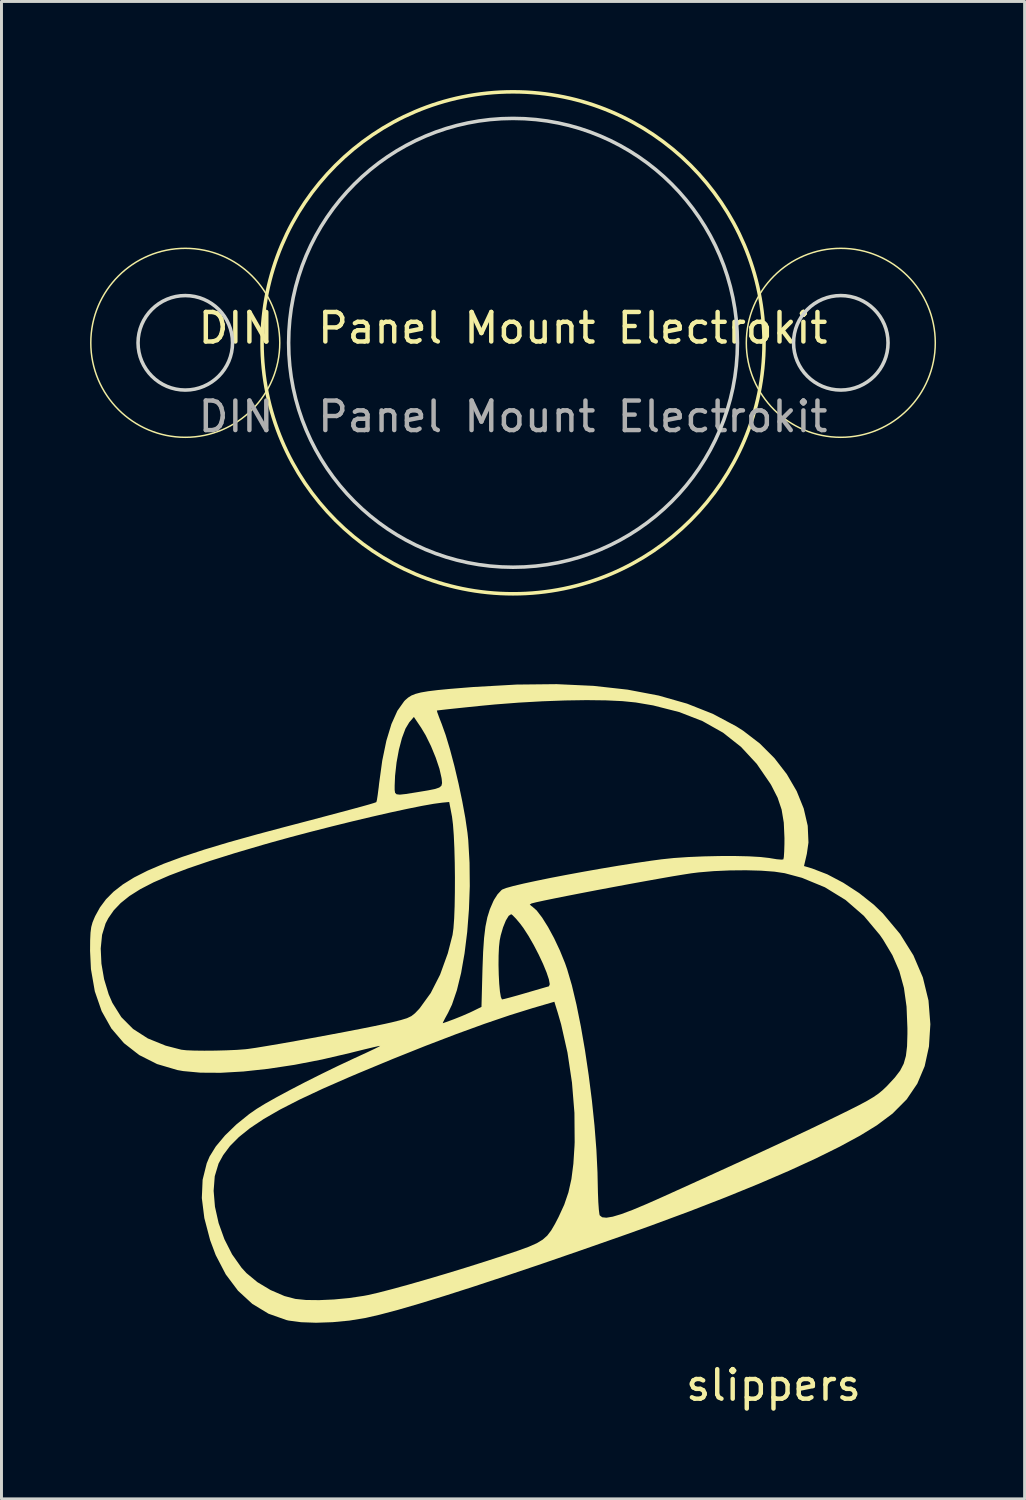
<source format=kicad_pcb>
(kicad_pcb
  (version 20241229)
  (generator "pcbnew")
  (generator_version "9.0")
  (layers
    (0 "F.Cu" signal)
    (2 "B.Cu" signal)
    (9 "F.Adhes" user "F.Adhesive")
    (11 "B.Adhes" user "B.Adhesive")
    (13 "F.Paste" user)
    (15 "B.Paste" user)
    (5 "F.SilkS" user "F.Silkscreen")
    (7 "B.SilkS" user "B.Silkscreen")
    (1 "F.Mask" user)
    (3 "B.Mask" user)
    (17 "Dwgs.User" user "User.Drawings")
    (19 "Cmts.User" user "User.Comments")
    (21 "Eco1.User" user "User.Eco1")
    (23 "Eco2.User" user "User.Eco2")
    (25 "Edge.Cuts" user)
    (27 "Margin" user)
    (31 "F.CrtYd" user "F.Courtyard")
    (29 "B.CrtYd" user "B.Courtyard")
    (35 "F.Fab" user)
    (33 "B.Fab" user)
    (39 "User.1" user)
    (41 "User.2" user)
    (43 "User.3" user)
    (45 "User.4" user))
  (footprint "slippers"
    (layer "F.Cu")
    (at 13.145 35.364)
    (property "Reference" "slippers" (at 10 8.5 0) (unlocked yes) (layer "F.SilkS") (effects (font (size 1 1) (thickness 0.15))))
    (fp_poly (pts (xy 3.908 -15.186) (xy 5.059 -15.058) (xy 6.112 -14.858) (xy 7.073 -14.584) (xy 7.947 -14.238) (xy 8.737 -13.817) (xy 8.97 -13.669) (xy 9.536 -13.235) (xy 10.033 -12.738) (xy 10.452 -12.195) (xy 10.786 -11.621) (xy 11.024 -11.033) (xy 11.16 -10.447) (xy 11.185 -9.881) (xy 11.13 -9.497) (xy 11.034 -9.084) (xy 11.308 -9.002) (xy 11.82 -8.805) (xy 12.363 -8.519) (xy 12.901 -8.169) (xy 13.393 -7.779) (xy 13.704 -7.481) (xy 14.287 -6.784) (xy 14.738 -6.062) (xy 15.059 -5.311) (xy 15.25 -4.53) (xy 15.313 -3.727) (xy 15.266 -2.974) (xy 15.121 -2.307) (xy 14.871 -1.714) (xy 14.511 -1.182) (xy 14.033 -0.701) (xy 13.503 -0.305) (xy 12.937 0.043) (xy 12.246 0.418) (xy 11.437 0.818) (xy 10.517 1.24) (xy 9.493 1.681) (xy 8.371 2.138) (xy 7.158 2.609) (xy 5.86 3.09) (xy 4.965 3.41) (xy 3.503 3.922) (xy 2.162 4.385) (xy 0.941 4.797) (xy -0.158 5.16) (xy -1.136 5.473) (xy -1.992 5.736) (xy -2.725 5.949) (xy -3.335 6.11) (xy -3.813 6.22) (xy -4.361 6.31) (xy -4.932 6.364) (xy -5.49 6.383) (xy -5.998 6.365) (xy -6.421 6.309) (xy -6.493 6.292) (xy -7.101 6.077) (xy -7.65 5.744) (xy -8.134 5.299) (xy -8.549 4.746) (xy -8.89 4.091) (xy -9.078 3.589) (xy -9.275 2.838) (xy -9.36 2.158) (xy -9.349 1.916) (xy -8.96 1.916) (xy -8.915 2.454) (xy -8.791 3.008) (xy -8.595 3.554) (xy -8.335 4.066) (xy -8.016 4.518) (xy -7.849 4.701) (xy -7.478 5.008) (xy -7.031 5.276) (xy -6.56 5.479) (xy -6.19 5.576) (xy -5.834 5.612) (xy -5.385 5.617) (xy -4.885 5.595) (xy -4.37 5.546) (xy -3.88 5.473) (xy -3.737 5.446) (xy -3.38 5.364) (xy -2.916 5.244) (xy -2.368 5.094) (xy -1.755 4.918) (xy -1.1 4.724) (xy -0.423 4.517) (xy 0.255 4.303) (xy 0.899 4.093) (xy 1.36 3.938) (xy 1.714 3.809) (xy 1.981 3.691) (xy 2.182 3.57) (xy 2.339 3.431) (xy 2.471 3.258) (xy 2.6 3.038) (xy 2.723 2.8) (xy 2.914 2.384) (xy 3.056 1.967) (xy 3.157 1.516) (xy 3.223 1.001) (xy 3.262 0.39) (xy 3.267 0.264) (xy 3.259 -0.725) (xy 3.176 -1.75) (xy 3.024 -2.765) (xy 2.808 -3.724) (xy 2.697 -4.108) (xy 2.579 -4.488) (xy 1.84 -4.272) (xy 1.078 -4.035) (xy 0.211 -3.74) (xy -0.748 -3.391) (xy -1.787 -2.993) (xy -2.89 -2.552) (xy -4.046 -2.072) (xy -4.376 -1.932) (xy -5.271 -1.54) (xy -6.045 -1.177) (xy -6.707 -0.838) (xy -7.266 -0.516) (xy -7.729 -0.207) (xy -8.106 0.096) (xy -8.406 0.398) (xy -8.636 0.705) (xy -8.793 0.992) (xy -8.922 1.42) (xy -8.96 1.916) (xy -9.349 1.916) (xy -9.333 1.541) (xy -9.194 0.983) (xy -9.098 0.755) (xy -8.886 0.412) (xy -8.576 0.041) (xy -8.191 -0.332) (xy -7.756 -0.684) (xy -7.5 -0.862) (xy -7.216 -1.036) (xy -6.831 -1.253) (xy -6.369 -1.501) (xy -5.854 -1.769) (xy -5.307 -2.043) (xy -4.751 -2.314) (xy -4.21 -2.568) (xy -4.024 -2.653) (xy -3.745 -2.782) (xy -3.519 -2.889) (xy -3.369 -2.963) (xy -3.319 -2.994) (xy -3.386 -2.984) (xy -3.56 -2.945) (xy -3.819 -2.883) (xy -4.141 -2.804) (xy -4.342 -2.753) (xy -5.29 -2.532) (xy -6.219 -2.352) (xy -7.111 -2.217) (xy -7.95 -2.126) (xy -8.72 -2.082) (xy -9.406 -2.086) (xy -9.99 -2.14) (xy -10.184 -2.174) (xy -10.876 -2.378) (xy -11.482 -2.684) (xy -11.998 -3.087) (xy -12.423 -3.583) (xy -12.752 -4.169) (xy -12.984 -4.84) (xy -13.115 -5.593) (xy -13.145 -6.213) (xy -13.144 -6.29) (xy -12.784 -6.29) (xy -12.76 -5.778) (xy -12.669 -5.251) (xy -12.514 -4.739) (xy -12.389 -4.45) (xy -12.086 -3.967) (xy -11.688 -3.567) (xy -11.189 -3.246) (xy -10.585 -3.001) (xy -10.054 -2.864) (xy -9.885 -2.845) (xy -9.615 -2.834) (xy -9.276 -2.83) (xy -8.902 -2.833) (xy -8.525 -2.843) (xy -8.178 -2.858) (xy -7.893 -2.879) (xy -7.803 -2.889) (xy -7.533 -2.928) (xy -7.156 -2.99) (xy -6.695 -3.068) (xy -6.175 -3.16) (xy -5.62 -3.261) (xy -5.054 -3.366) (xy -4.502 -3.47) (xy -3.986 -3.57) (xy -3.532 -3.661) (xy -3.164 -3.738) (xy -2.931 -3.79) (xy -2.623 -3.867) (xy -2.412 -3.931) (xy -2.263 -4.002) (xy -2.142 -4.097) (xy -2.013 -4.232) (xy -1.975 -4.276) (xy -1.608 -4.783) (xy -1.291 -5.405) (xy -1.029 -6.13) (xy -0.869 -6.751) (xy -0.838 -6.975) (xy -0.814 -7.307) (xy -0.798 -7.722) (xy -0.79 -8.193) (xy -0.788 -8.695) (xy -0.794 -9.201) (xy -0.807 -9.687) (xy -0.827 -10.125) (xy -0.854 -10.491) (xy -0.887 -10.758) (xy -0.892 -10.783) (xy -0.982 -11.253) (xy -1.217 -11.231) (xy -1.507 -11.192) (xy -1.907 -11.121) (xy -2.402 -11.021) (xy -2.973 -10.898) (xy -3.602 -10.754) (xy -4.272 -10.595) (xy -4.964 -10.424) (xy -5.662 -10.246) (xy -6.348 -10.065) (xy -7.003 -9.884) (xy -7.27 -9.808) (xy -8.244 -9.521) (xy -9.095 -9.254) (xy -9.831 -9.003) (xy -10.462 -8.764) (xy -10.997 -8.531) (xy -11.443 -8.301) (xy -11.81 -8.069) (xy -12.107 -7.831) (xy -12.343 -7.583) (xy -12.526 -7.319) (xy -12.62 -7.139) (xy -12.738 -6.754) (xy -12.784 -6.29) (xy -13.144 -6.29) (xy -13.142 -6.57) (xy -13.13 -6.826) (xy -13.105 -7.018) (xy -13.06 -7.181) (xy -12.99 -7.348) (xy -12.971 -7.39) (xy -12.809 -7.684) (xy -12.605 -7.958) (xy -12.35 -8.215) (xy -12.036 -8.46) (xy -11.654 -8.697) (xy -11.196 -8.929) (xy -10.653 -9.161) (xy -10.018 -9.396) (xy -9.282 -9.639) (xy -8.437 -9.893) (xy -7.473 -10.162) (xy -6.66 -10.379) (xy -5.886 -10.582) (xy -5.235 -10.754) (xy -4.698 -10.897) (xy -4.268 -11.012) (xy -3.937 -11.102) (xy -3.698 -11.169) (xy -3.542 -11.216) (xy -3.463 -11.243) (xy -3.449 -11.251) (xy -3.429 -11.326) (xy -3.402 -11.503) (xy -3.382 -11.66) (xy -2.829 -11.66) (xy -2.815 -11.564) (xy -2.763 -11.514) (xy -2.652 -11.502) (xy -2.459 -11.523) (xy -2.161 -11.57) (xy -2.049 -11.588) (xy -1.7 -11.646) (xy -1.463 -11.694) (xy -1.318 -11.743) (xy -1.245 -11.805) (xy -1.224 -11.894) (xy -1.235 -12.02) (xy -1.242 -12.068) (xy -1.312 -12.378) (xy -1.438 -12.754) (xy -1.6 -13.149) (xy -1.781 -13.516) (xy -1.932 -13.768) (xy -2.178 -14.133) (xy -2.335 -13.951) (xy -2.463 -13.737) (xy -2.582 -13.419) (xy -2.685 -13.027) (xy -2.765 -12.592) (xy -2.815 -12.144) (xy -2.829 -11.808) (xy -2.829 -11.66) (xy -3.382 -11.66) (xy -3.37 -11.749) (xy -3.357 -11.871) (xy -3.25 -12.652) (xy -3.11 -13.328) (xy -2.938 -13.894) (xy -2.737 -14.342) (xy -2.731 -14.35) (xy -1.4 -14.35) (xy -1.384 -14.287) (xy -1.328 -14.132) (xy -1.245 -13.918) (xy -1.239 -13.904) (xy -1.1 -13.515) (xy -0.953 -13.025) (xy -0.805 -12.467) (xy -0.665 -11.873) (xy -0.54 -11.278) (xy -0.436 -10.712) (xy -0.363 -10.21) (xy -0.337 -9.964) (xy -0.293 -9.195) (xy -0.285 -8.407) (xy -0.313 -7.62) (xy -0.372 -6.854) (xy -0.462 -6.129) (xy -0.579 -5.463) (xy -0.722 -4.878) (xy -0.888 -4.391) (xy -1.02 -4.114) (xy -1.122 -3.928) (xy -1.187 -3.8) (xy -1.201 -3.761) (xy -1.134 -3.783) (xy -0.979 -3.839) (xy -0.814 -3.9) (xy -0.549 -4.006) (xy -0.285 -4.121) (xy -0.167 -4.177) (xy 0.111 -4.314) (xy 0.145 -5.6) (xy 0.15 -5.733) (xy 0.688 -5.733) (xy 0.696 -5.404) (xy 0.712 -5.096) (xy 0.736 -4.836) (xy 0.767 -4.651) (xy 0.803 -4.569) (xy 0.809 -4.567) (xy 0.896 -4.585) (xy 1.082 -4.634) (xy 1.339 -4.705) (xy 1.591 -4.778) (xy 1.889 -4.865) (xy 2.143 -4.939) (xy 2.323 -4.991) (xy 2.395 -5.011) (xy 2.424 -5.082) (xy 2.394 -5.246) (xy 2.315 -5.482) (xy 2.197 -5.769) (xy 2.049 -6.085) (xy 1.882 -6.407) (xy 1.705 -6.716) (xy 1.529 -6.988) (xy 1.42 -7.134) (xy 1.278 -7.303) (xy 1.166 -7.418) (xy 1.117 -7.453) (xy 1.032 -7.397) (xy 0.936 -7.239) (xy 0.842 -7.008) (xy 0.763 -6.736) (xy 0.729 -6.57) (xy 0.704 -6.343) (xy 0.691 -6.055) (xy 0.688 -5.733) (xy 0.15 -5.733) (xy 0.167 -6.18) (xy 0.199 -6.649) (xy 0.245 -7.031) (xy 0.31 -7.349) (xy 0.397 -7.627) (xy 0.464 -7.781) (xy 1.746 -7.781) (xy 1.803 -7.729) (xy 1.823 -7.718) (xy 1.979 -7.581) (xy 2.164 -7.34) (xy 2.366 -7.018) (xy 2.571 -6.639) (xy 2.766 -6.225) (xy 2.939 -5.8) (xy 3.012 -5.591) (xy 3.172 -5.046) (xy 3.328 -4.391) (xy 3.477 -3.649) (xy 3.617 -2.844) (xy 3.742 -2) (xy 3.851 -1.141) (xy 3.939 -0.291) (xy 4.003 0.527) (xy 4.04 1.288) (xy 4.047 1.615) (xy 4.055 1.981) (xy 4.068 2.303) (xy 4.086 2.555) (xy 4.106 2.712) (xy 4.117 2.748) (xy 4.199 2.811) (xy 4.342 2.826) (xy 4.555 2.791) (xy 4.849 2.703) (xy 5.233 2.559) (xy 5.716 2.356) (xy 6.241 2.123) (xy 7.162 1.706) (xy 7.973 1.337) (xy 8.687 1.011) (xy 9.318 0.722) (xy 9.879 0.463) (xy 10.383 0.229) (xy 10.842 0.013) (xy 11.271 -0.19) (xy 11.682 -0.387) (xy 12.061 -0.571) (xy 12.527 -0.799) (xy 12.89 -0.982) (xy 13.169 -1.131) (xy 13.383 -1.258) (xy 13.552 -1.374) (xy 13.694 -1.491) (xy 13.829 -1.619) (xy 13.858 -1.649) (xy 14.107 -1.917) (xy 14.288 -2.153) (xy 14.41 -2.389) (xy 14.485 -2.654) (xy 14.524 -2.979) (xy 14.536 -3.396) (xy 14.536 -3.593) (xy 14.507 -4.322) (xy 14.418 -4.957) (xy 14.261 -5.528) (xy 14.028 -6.064) (xy 13.708 -6.598) (xy 13.601 -6.752) (xy 13.062 -7.396) (xy 12.441 -7.935) (xy 11.741 -8.365) (xy 10.965 -8.685) (xy 10.379 -8.842) (xy 10.031 -8.894) (xy 9.583 -8.927) (xy 9.07 -8.941) (xy 8.523 -8.936) (xy 7.978 -8.912) (xy 7.467 -8.869) (xy 7.216 -8.838) (xy 6.941 -8.795) (xy 6.576 -8.735) (xy 6.138 -8.658) (xy 5.646 -8.57) (xy 5.118 -8.474) (xy 4.572 -8.372) (xy 4.028 -8.27) (xy 3.503 -8.169) (xy 3.016 -8.074) (xy 2.585 -7.988) (xy 2.229 -7.915) (xy 1.967 -7.858) (xy 1.816 -7.82) (xy 1.806 -7.817) (xy 1.746 -7.781) (xy 0.464 -7.781) (xy 0.51 -7.888) (xy 0.536 -7.94) (xy 0.655 -8.126) (xy 0.787 -8.268) (xy 0.816 -8.289) (xy 0.945 -8.34) (xy 1.19 -8.408) (xy 1.535 -8.49) (xy 1.962 -8.582) (xy 2.455 -8.683) (xy 2.997 -8.787) (xy 3.572 -8.893) (xy 4.162 -8.997) (xy 4.751 -9.096) (xy 5.322 -9.186) (xy 5.859 -9.265) (xy 6.208 -9.312) (xy 6.627 -9.356) (xy 7.113 -9.389) (xy 7.637 -9.411) (xy 8.173 -9.423) (xy 8.691 -9.424) (xy 9.164 -9.413) (xy 9.563 -9.39) (xy 9.861 -9.356) (xy 9.898 -9.349) (xy 10.115 -9.314) (xy 10.275 -9.301) (xy 10.335 -9.31) (xy 10.351 -9.39) (xy 10.363 -9.573) (xy 10.371 -9.831) (xy 10.372 -10.032) (xy 10.349 -10.555) (xy 10.276 -10.995) (xy 10.14 -11.399) (xy 9.929 -11.813) (xy 9.896 -11.87) (xy 9.433 -12.545) (xy 8.9 -13.12) (xy 8.291 -13.601) (xy 7.597 -13.992) (xy 6.811 -14.298) (xy 5.924 -14.524) (xy 5.334 -14.624) (xy 4.884 -14.669) (xy 4.323 -14.695) (xy 3.671 -14.703) (xy 2.949 -14.692) (xy 2.179 -14.664) (xy 1.381 -14.619) (xy 0.577 -14.557) (xy 0.093 -14.511) (xy -0.337 -14.467) (xy -0.718 -14.427) (xy -1.033 -14.394) (xy -1.261 -14.368) (xy -1.384 -14.353) (xy -1.4 -14.35) (xy -2.731 -14.35) (xy -2.508 -14.665) (xy -2.469 -14.706) (xy -2.373 -14.789) (xy -2.264 -14.858) (xy -2.125 -14.914) (xy -1.941 -14.962) (xy -1.695 -15.004) (xy -1.37 -15.044) (xy -0.951 -15.084) (xy -0.421 -15.127) (xy -0.17 -15.147) (xy 1.299 -15.23) (xy 2.657 -15.244)) (stroke (width 0) (type solid)) (fill yes) (layer "F.SilkS")))
  (footprint "DIN  Panel Mount Electrokit"
    (layer "F.Cu")
    (at 14.325 8.56)
    (property "Reference" "DIN  Panel Mount Electrokit" (at 0 -0.5 0) (unlocked yes) (layer "F.SilkS") (effects (font (size 1 1) (thickness 0.15))))
    (fp_circle (center -11.1 0) (end -7.9 0) (stroke (width 0.05) (type solid)) (fill no) (layer "F.SilkS"))
    (fp_circle (center 0 0) (end 8.5 0) (stroke (width 0.12) (type solid)) (fill no) (layer "F.SilkS"))
    (fp_circle (center 11.1 0) (end 14.3 0) (stroke (width 0.05) (type solid)) (fill no) (layer "F.SilkS"))
    (fp_circle (center -11.1 0) (end -9.5 0) (stroke (width 0.12) (type solid)) (fill no) (layer "Edge.Cuts"))
    (fp_circle (center 0 0) (end 7.6 0) (stroke (width 0.12) (type solid)) (fill no) (layer "Edge.Cuts"))
    (fp_circle (center 11.1 0) (end 12.7 0) (stroke (width 0.12) (type solid)) (fill no) (layer "Edge.Cuts"))
    (fp_text user "${REFERENCE}" (at 0 2.5 0) (unlocked yes) (layer "F.Fab") (effects (font (size 1 1) (thickness 0.15)))))
  (gr_rect
    (start -3 -3)
    (end 31.65 47.712)
    (stroke (width 0.1) (type default))
    (fill no)
    (layer "Edge.Cuts")))
</source>
